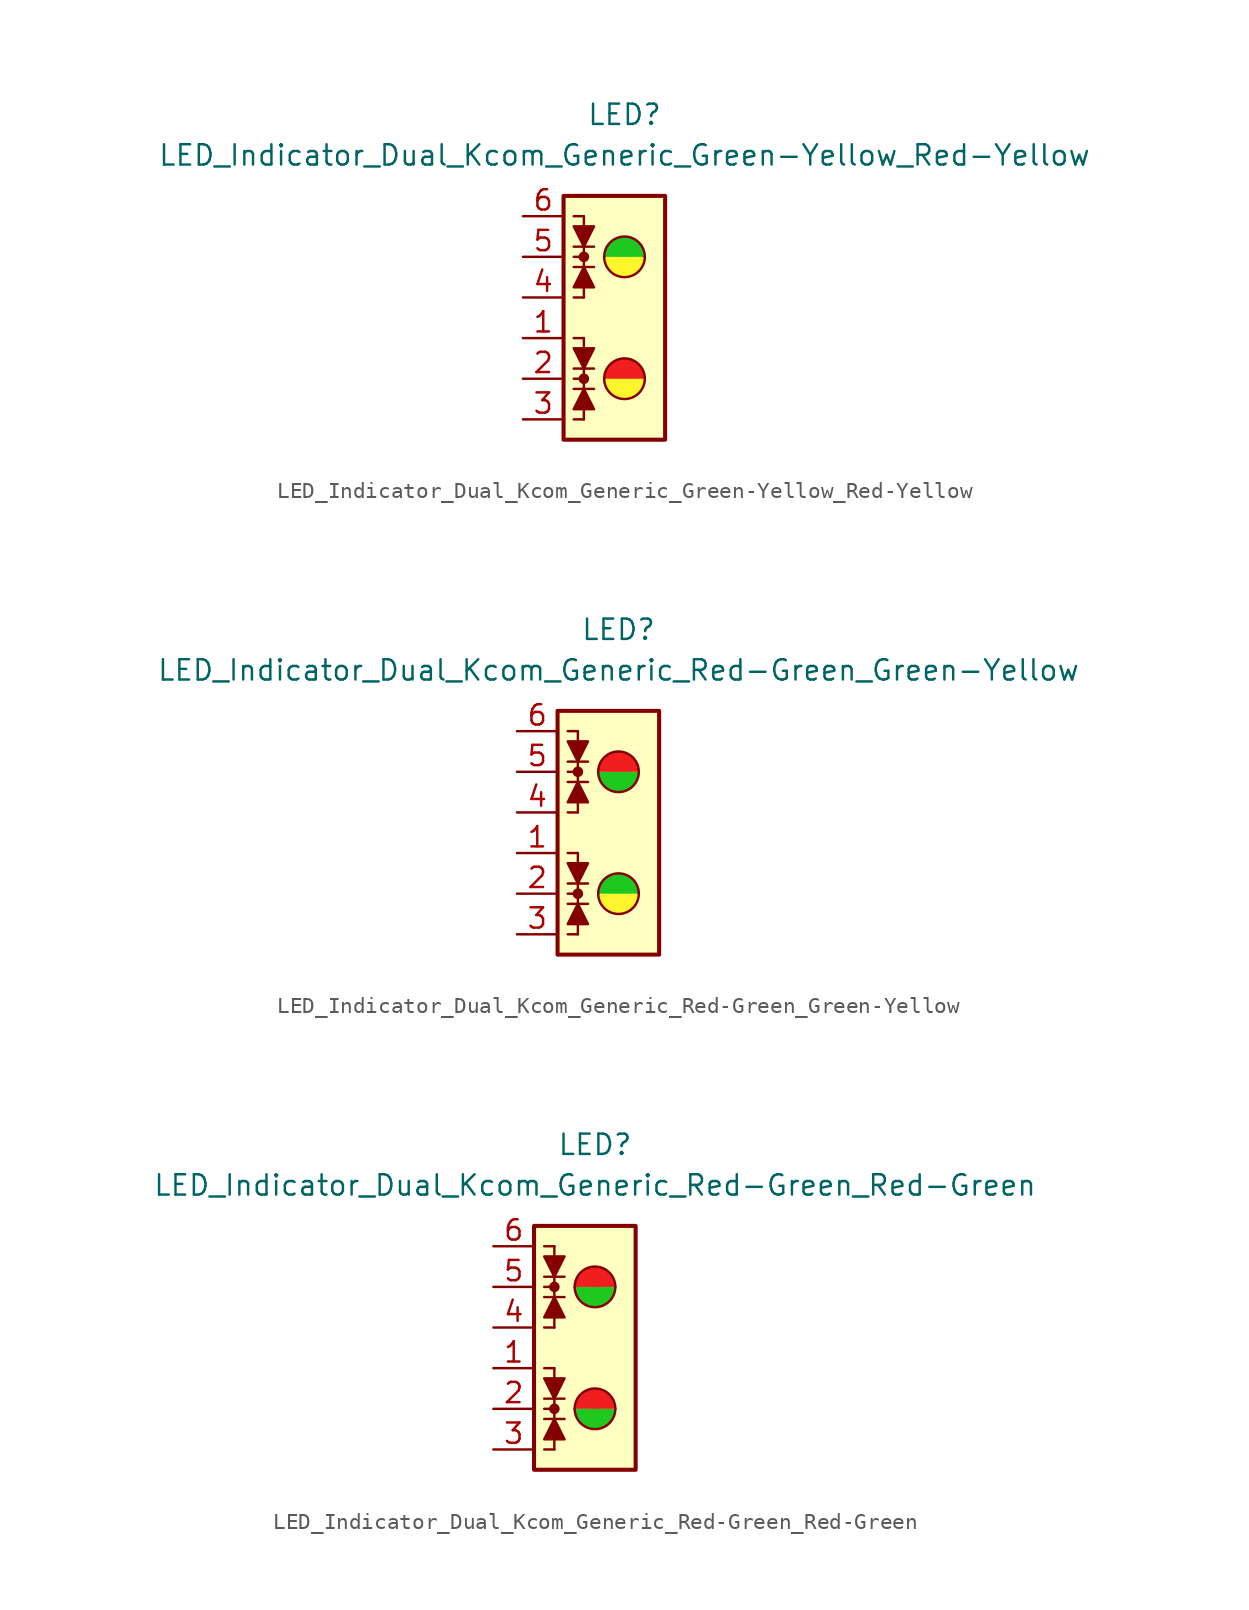
<source format=kicad_sym>
(kicad_symbol_lib
  (version 20231120)
  (generator "kicad_symbol_editor")
  (generator_version "8.0")
  (symbol "LED_Indicator_Dual_Kcom_Generic_Green-Yellow_Red-Yellow"
    (pin_names
      (offset 1.016) hide)
    (property "Reference" "LED"
      (at 0 12.7 0)
      (effects (font (size 1.27 1.27))))
    (property "Value" "LED_Indicator_Dual_Kcom_Generic_Green-Yellow_Red-Yellow"
      (at 0 10.16 0)
      (effects (font (size 1.27 1.27))))
    (symbol "LED_Indicator_Dual_Kcom_Generic_Green-Yellow_Red-Yellow_0_1"
      (rectangle (start -3.81 7.62) (end 2.54 -7.62) (stroke (width 0.254) (type default)) (fill (type background)))
      (circle (center -2.54 -3.81) (radius 0.254) (stroke (width 0) (type default)) (fill (type outline)))
      (circle (center -2.54 3.81) (radius 0.254) (stroke (width 0) (type default)) (fill (type outline)))
      (arc (start -1.27 -3.81) (mid 0 -5.0745) (end 1.27 -3.81) (stroke (width 0) (type default)) (fill (type color) (color 255 245 45 1)))
      (arc (start -1.27 3.81) (mid 0 2.5455) (end 1.27 3.81) (stroke (width 0) (type default)) (fill (type color) (color 255 245 45 1)))
      (polyline (pts (xy -3.175 -3.175) (xy -1.905 -3.175)) (stroke (width 0) (type default)) (fill (type none)))
      (polyline (pts (xy -3.175 4.445) (xy -1.905 4.445)) (stroke (width 0) (type default)) (fill (type none)))
      (polyline (pts (xy -2.54 -6.35) (xy -3.175 -6.35)) (stroke (width 0) (type default)) (fill (type none)))
      (polyline (pts (xy -2.54 -6.35) (xy -2.54 -3.81)) (stroke (width 0) (type default)) (fill (type none)))
      (polyline (pts (xy -2.54 -3.81) (xy -3.175 -3.81)) (stroke (width 0) (type default)) (fill (type none)))
      (polyline (pts (xy -2.54 -1.27) (xy -3.175 -1.27)) (stroke (width 0) (type default)) (fill (type none)))
      (polyline (pts (xy -2.54 -1.27) (xy -2.54 -3.81)) (stroke (width 0) (type default)) (fill (type none)))
      (polyline (pts (xy -2.54 1.27) (xy -3.175 1.27)) (stroke (width 0) (type default)) (fill (type none)))
      (polyline (pts (xy -2.54 1.27) (xy -2.54 3.81)) (stroke (width 0) (type default)) (fill (type none)))
      (polyline (pts (xy -2.54 3.81) (xy -3.175 3.81)) (stroke (width 0) (type default)) (fill (type none)))
      (polyline (pts (xy -2.54 6.35) (xy -3.175 6.35)) (stroke (width 0) (type default)) (fill (type none)))
      (polyline (pts (xy -2.54 6.35) (xy -2.54 3.81)) (stroke (width 0) (type default)) (fill (type none)))
      (polyline (pts (xy -1.905 -4.445) (xy -3.175 -4.445)) (stroke (width 0) (type default)) (fill (type none)))
      (polyline (pts (xy -1.905 3.175) (xy -3.175 3.175)) (stroke (width 0) (type default)) (fill (type none)))
      (polyline (pts (xy -2.54 -4.445) (xy -1.905 -5.715) (xy -3.175 -5.715) (xy -2.54 -4.445)) (stroke (width 0) (type default)) (fill (type outline)))
      (polyline (pts (xy -2.54 -3.175) (xy -3.175 -1.905) (xy -1.905 -1.905) (xy -2.54 -3.175)) (stroke (width 0) (type default)) (fill (type outline)))
      (polyline (pts (xy -2.54 3.175) (xy -1.905 1.905) (xy -3.175 1.905) (xy -2.54 3.175)) (stroke (width 0) (type default)) (fill (type outline)))
      (polyline (pts (xy -2.54 4.445) (xy -3.175 5.715) (xy -1.905 5.715) (xy -2.54 4.445)) (stroke (width 0) (type default)) (fill (type outline)))
      (arc (start 1.27 -3.81) (mid 0 -2.5455) (end -1.27 -3.81) (stroke (width 0) (type default)) (fill (type color) (color 240 30 30 1)))
      (arc (start 1.27 3.81) (mid 0 5.0745) (end -1.27 3.81) (stroke (width 0) (type default)) (fill (type color) (color 30 200 30 1))))
    (symbol "LED_Indicator_Dual_Kcom_Generic_Green-Yellow_Red-Yellow_1_1"
      (pin passive line (at -6.35 -1.27 0) (length 2.54) (name "K1" (effects (font (size 1.27 1.27)))) (number "1" (effects (font (size 1.27 1.27)))))
      (pin passive line (at -6.35 -3.81 0) (length 2.54) (name "A12" (effects (font (size 1.27 1.27)))) (number "2" (effects (font (size 1.27 1.27)))))
      (pin passive line (at -6.35 -6.35 0) (length 2.54) (name "K2" (effects (font (size 1.27 1.27)))) (number "3" (effects (font (size 1.27 1.27)))))
      (pin passive line (at -6.35 1.27 0) (length 2.54) (name "K4" (effects (font (size 1.27 1.27)))) (number "4" (effects (font (size 1.27 1.27)))))
      (pin passive line (at -6.35 3.81 0) (length 2.54) (name "A34" (effects (font (size 1.27 1.27)))) (number "5" (effects (font (size 1.27 1.27)))))
      (pin passive line (at -6.35 6.35 0) (length 2.54) (name "K3" (effects (font (size 1.27 1.27)))) (number "6" (effects (font (size 1.27 1.27)))))))
  (symbol "LED_Indicator_Dual_Kcom_Generic_Red-Green_Green-Yellow"
    (pin_names
      (offset 1.016) hide)
    (property "Reference" "LED"
      (at 0 12.7 0)
      (effects (font (size 1.27 1.27))))
    (property "Value" "LED_Indicator_Dual_Kcom_Generic_Red-Green_Green-Yellow"
      (at 0 10.16 0)
      (effects (font (size 1.27 1.27))))
    (symbol "LED_Indicator_Dual_Kcom_Generic_Red-Green_Green-Yellow_0_1"
      (rectangle (start -3.81 7.62) (end 2.54 -7.62) (stroke (width 0.254) (type default)) (fill (type background)))
      (circle (center -2.54 -3.81) (radius 0.254) (stroke (width 0) (type default)) (fill (type outline)))
      (circle (center -2.54 3.81) (radius 0.254) (stroke (width 0) (type default)) (fill (type outline)))
      (arc (start -1.27 -3.81) (mid 0 -5.0745) (end 1.27 -3.81) (stroke (width 0) (type default)) (fill (type color) (color 255 245 45 1)))
      (arc (start -1.27 3.81) (mid 0 2.5455) (end 1.27 3.81) (stroke (width 0) (type default)) (fill (type color) (color 30 200 30 1)))
      (polyline (pts (xy -3.175 -3.175) (xy -1.905 -3.175)) (stroke (width 0) (type default)) (fill (type none)))
      (polyline (pts (xy -3.175 4.445) (xy -1.905 4.445)) (stroke (width 0) (type default)) (fill (type none)))
      (polyline (pts (xy -2.54 -6.35) (xy -3.175 -6.35)) (stroke (width 0) (type default)) (fill (type none)))
      (polyline (pts (xy -2.54 -6.35) (xy -2.54 -3.81)) (stroke (width 0) (type default)) (fill (type none)))
      (polyline (pts (xy -2.54 -3.81) (xy -3.175 -3.81)) (stroke (width 0) (type default)) (fill (type none)))
      (polyline (pts (xy -2.54 -1.27) (xy -3.175 -1.27)) (stroke (width 0) (type default)) (fill (type none)))
      (polyline (pts (xy -2.54 -1.27) (xy -2.54 -3.81)) (stroke (width 0) (type default)) (fill (type none)))
      (polyline (pts (xy -2.54 1.27) (xy -3.175 1.27)) (stroke (width 0) (type default)) (fill (type none)))
      (polyline (pts (xy -2.54 1.27) (xy -2.54 3.81)) (stroke (width 0) (type default)) (fill (type none)))
      (polyline (pts (xy -2.54 3.81) (xy -3.175 3.81)) (stroke (width 0) (type default)) (fill (type none)))
      (polyline (pts (xy -2.54 6.35) (xy -3.175 6.35)) (stroke (width 0) (type default)) (fill (type none)))
      (polyline (pts (xy -2.54 6.35) (xy -2.54 3.81)) (stroke (width 0) (type default)) (fill (type none)))
      (polyline (pts (xy -1.905 -4.445) (xy -3.175 -4.445)) (stroke (width 0) (type default)) (fill (type none)))
      (polyline (pts (xy -1.905 3.175) (xy -3.175 3.175)) (stroke (width 0) (type default)) (fill (type none)))
      (polyline (pts (xy -2.54 -4.445) (xy -1.905 -5.715) (xy -3.175 -5.715) (xy -2.54 -4.445)) (stroke (width 0) (type default)) (fill (type outline)))
      (polyline (pts (xy -2.54 -3.175) (xy -3.175 -1.905) (xy -1.905 -1.905) (xy -2.54 -3.175)) (stroke (width 0) (type default)) (fill (type outline)))
      (polyline (pts (xy -2.54 3.175) (xy -1.905 1.905) (xy -3.175 1.905) (xy -2.54 3.175)) (stroke (width 0) (type default)) (fill (type outline)))
      (polyline (pts (xy -2.54 4.445) (xy -3.175 5.715) (xy -1.905 5.715) (xy -2.54 4.445)) (stroke (width 0) (type default)) (fill (type outline)))
      (arc (start 1.27 -3.81) (mid 0 -2.5455) (end -1.27 -3.81) (stroke (width 0) (type default)) (fill (type color) (color 30 200 30 1)))
      (arc (start 1.27 3.81) (mid 0 5.0745) (end -1.27 3.81) (stroke (width 0) (type default)) (fill (type color) (color 240 30 30 1))))
    (symbol "LED_Indicator_Dual_Kcom_Generic_Red-Green_Green-Yellow_1_1"
      (pin passive line (at -6.35 -1.27 0) (length 2.54) (name "K1" (effects (font (size 1.27 1.27)))) (number "1" (effects (font (size 1.27 1.27)))))
      (pin passive line (at -6.35 -3.81 0) (length 2.54) (name "A12" (effects (font (size 1.27 1.27)))) (number "2" (effects (font (size 1.27 1.27)))))
      (pin passive line (at -6.35 -6.35 0) (length 2.54) (name "K2" (effects (font (size 1.27 1.27)))) (number "3" (effects (font (size 1.27 1.27)))))
      (pin passive line (at -6.35 1.27 0) (length 2.54) (name "K4" (effects (font (size 1.27 1.27)))) (number "4" (effects (font (size 1.27 1.27)))))
      (pin passive line (at -6.35 3.81 0) (length 2.54) (name "A34" (effects (font (size 1.27 1.27)))) (number "5" (effects (font (size 1.27 1.27)))))
      (pin passive line (at -6.35 6.35 0) (length 2.54) (name "K3" (effects (font (size 1.27 1.27)))) (number "6" (effects (font (size 1.27 1.27)))))))
  (symbol "LED_Indicator_Dual_Kcom_Generic_Red-Green_Red-Green"
    (pin_names
      (offset 1.016) hide)
    (property "Reference" "LED"
      (at 0 12.7 0)
      (effects (font (size 1.27 1.27))))
    (property "Value" "LED_Indicator_Dual_Kcom_Generic_Red-Green_Red-Green"
      (at 0 10.16 0)
      (effects (font (size 1.27 1.27))))
    (symbol "LED_Indicator_Dual_Kcom_Generic_Red-Green_Red-Green_0_1"
      (rectangle (start -3.81 7.62) (end 2.54 -7.62) (stroke (width 0.254) (type default)) (fill (type background)))
      (circle (center -2.54 -3.81) (radius 0.254) (stroke (width 0) (type default)) (fill (type outline)))
      (circle (center -2.54 3.81) (radius 0.254) (stroke (width 0) (type default)) (fill (type outline)))
      (arc (start -1.27 -3.81) (mid 0 -5.0745) (end 1.27 -3.81) (stroke (width 0) (type default)) (fill (type color) (color 30 200 30 1)))
      (arc (start -1.27 3.81) (mid 0 2.5455) (end 1.27 3.81) (stroke (width 0) (type default)) (fill (type color) (color 30 200 30 1)))
      (polyline (pts (xy -3.175 -3.175) (xy -1.905 -3.175)) (stroke (width 0) (type default)) (fill (type none)))
      (polyline (pts (xy -3.175 4.445) (xy -1.905 4.445)) (stroke (width 0) (type default)) (fill (type none)))
      (polyline (pts (xy -2.54 -6.35) (xy -3.175 -6.35)) (stroke (width 0) (type default)) (fill (type none)))
      (polyline (pts (xy -2.54 -6.35) (xy -2.54 -3.81)) (stroke (width 0) (type default)) (fill (type none)))
      (polyline (pts (xy -2.54 -3.81) (xy -3.175 -3.81)) (stroke (width 0) (type default)) (fill (type none)))
      (polyline (pts (xy -2.54 -1.27) (xy -3.175 -1.27)) (stroke (width 0) (type default)) (fill (type none)))
      (polyline (pts (xy -2.54 -1.27) (xy -2.54 -3.81)) (stroke (width 0) (type default)) (fill (type none)))
      (polyline (pts (xy -2.54 1.27) (xy -3.175 1.27)) (stroke (width 0) (type default)) (fill (type none)))
      (polyline (pts (xy -2.54 1.27) (xy -2.54 3.81)) (stroke (width 0) (type default)) (fill (type none)))
      (polyline (pts (xy -2.54 3.81) (xy -3.175 3.81)) (stroke (width 0) (type default)) (fill (type none)))
      (polyline (pts (xy -2.54 6.35) (xy -3.175 6.35)) (stroke (width 0) (type default)) (fill (type none)))
      (polyline (pts (xy -2.54 6.35) (xy -2.54 3.81)) (stroke (width 0) (type default)) (fill (type none)))
      (polyline (pts (xy -1.905 -4.445) (xy -3.175 -4.445)) (stroke (width 0) (type default)) (fill (type none)))
      (polyline (pts (xy -1.905 3.175) (xy -3.175 3.175)) (stroke (width 0) (type default)) (fill (type none)))
      (polyline (pts (xy -2.54 -4.445) (xy -1.905 -5.715) (xy -3.175 -5.715) (xy -2.54 -4.445)) (stroke (width 0) (type default)) (fill (type outline)))
      (polyline (pts (xy -2.54 -3.175) (xy -3.175 -1.905) (xy -1.905 -1.905) (xy -2.54 -3.175)) (stroke (width 0) (type default)) (fill (type outline)))
      (polyline (pts (xy -2.54 3.175) (xy -1.905 1.905) (xy -3.175 1.905) (xy -2.54 3.175)) (stroke (width 0) (type default)) (fill (type outline)))
      (polyline (pts (xy -2.54 4.445) (xy -3.175 5.715) (xy -1.905 5.715) (xy -2.54 4.445)) (stroke (width 0) (type default)) (fill (type outline)))
      (arc (start 1.27 -3.81) (mid 0 -2.5455) (end -1.27 -3.81) (stroke (width 0) (type default)) (fill (type color) (color 240 30 30 1)))
      (arc (start 1.27 3.81) (mid 0 5.0745) (end -1.27 3.81) (stroke (width 0) (type default)) (fill (type color) (color 240 30 30 1))))
    (symbol "LED_Indicator_Dual_Kcom_Generic_Red-Green_Red-Green_1_1"
      (pin passive line (at -6.35 -1.27 0) (length 2.54) (name "K1" (effects (font (size 1.27 1.27)))) (number "1" (effects (font (size 1.27 1.27)))))
      (pin passive line (at -6.35 -3.81 0) (length 2.54) (name "A12" (effects (font (size 1.27 1.27)))) (number "2" (effects (font (size 1.27 1.27)))))
      (pin passive line (at -6.35 -6.35 0) (length 2.54) (name "K2" (effects (font (size 1.27 1.27)))) (number "3" (effects (font (size 1.27 1.27)))))
      (pin passive line (at -6.35 1.27 0) (length 2.54) (name "K4" (effects (font (size 1.27 1.27)))) (number "4" (effects (font (size 1.27 1.27)))))
      (pin passive line (at -6.35 3.81 0) (length 2.54) (name "A34" (effects (font (size 1.27 1.27)))) (number "5" (effects (font (size 1.27 1.27)))))
      (pin passive line (at -6.35 6.35 0) (length 2.54) (name "K3" (effects (font (size 1.27 1.27)))) (number "6" (effects (font (size 1.27 1.27))))))))
</source>
